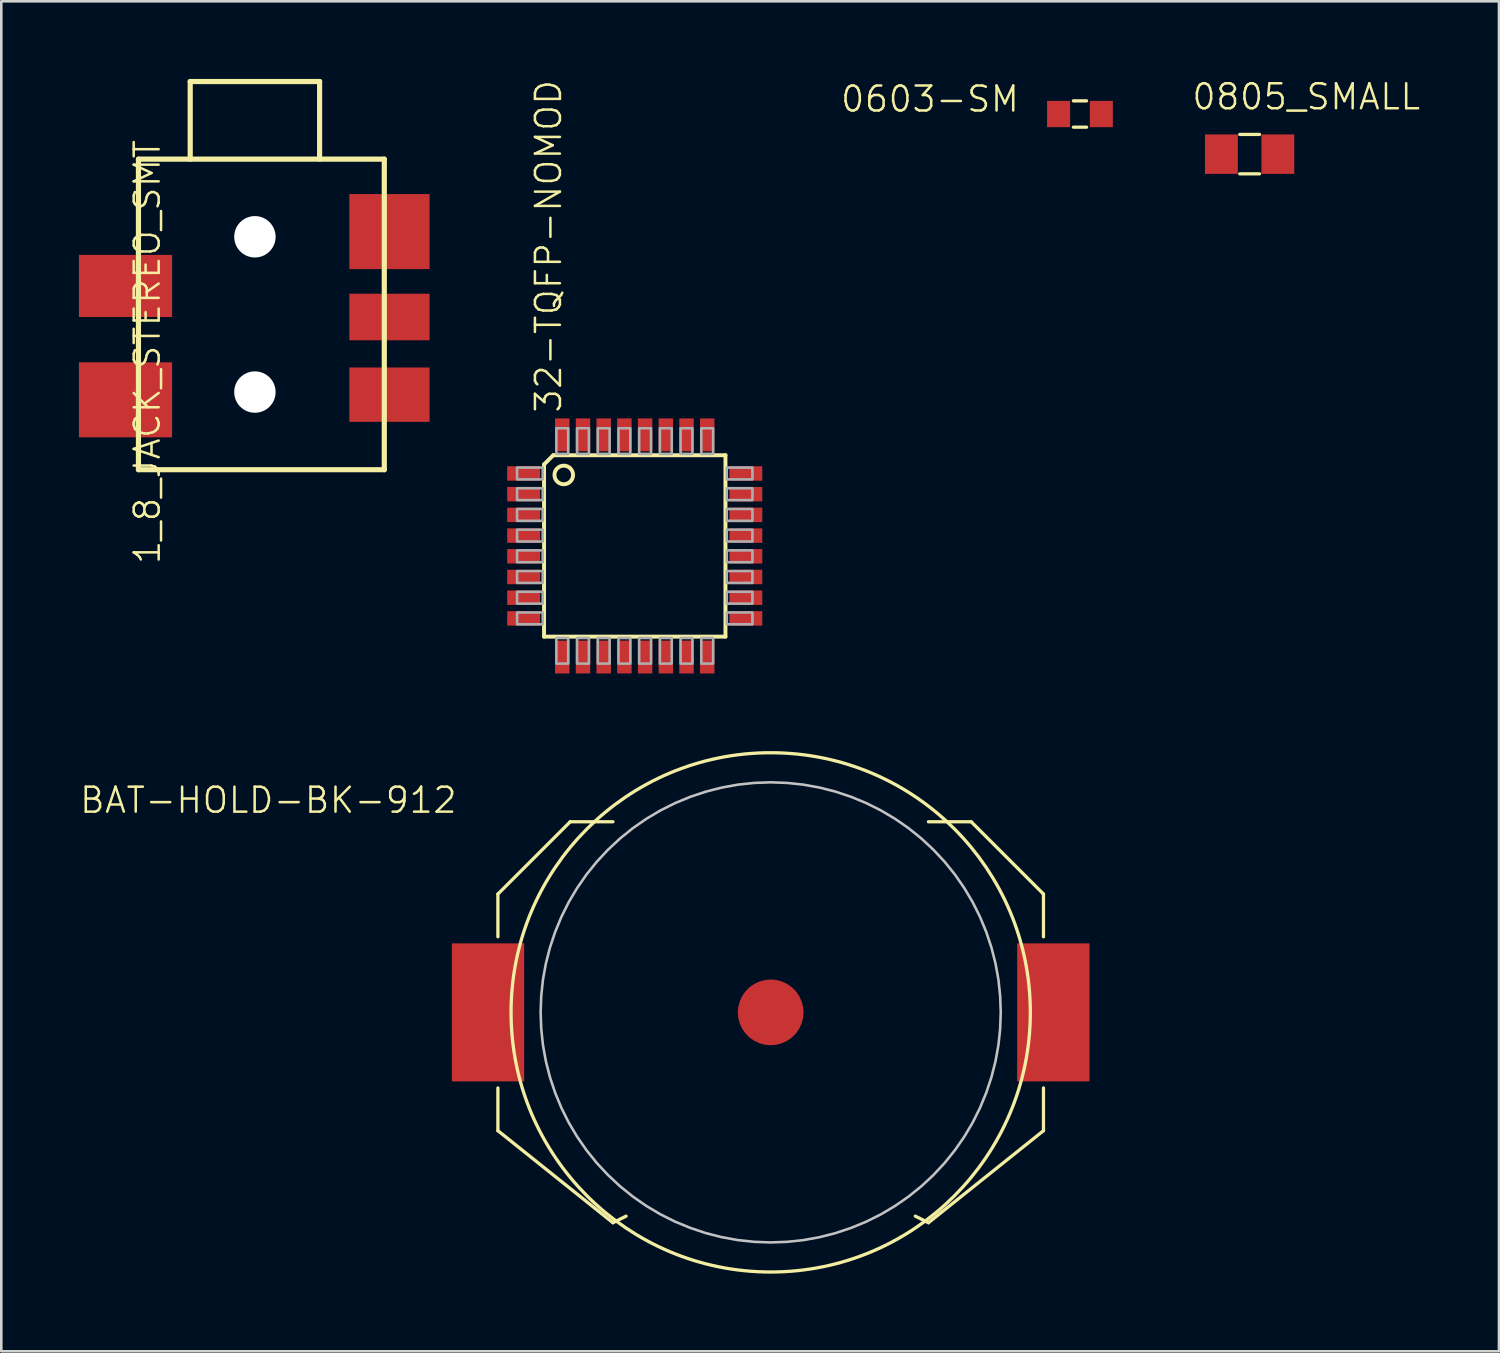
<source format=kicad_pcb>
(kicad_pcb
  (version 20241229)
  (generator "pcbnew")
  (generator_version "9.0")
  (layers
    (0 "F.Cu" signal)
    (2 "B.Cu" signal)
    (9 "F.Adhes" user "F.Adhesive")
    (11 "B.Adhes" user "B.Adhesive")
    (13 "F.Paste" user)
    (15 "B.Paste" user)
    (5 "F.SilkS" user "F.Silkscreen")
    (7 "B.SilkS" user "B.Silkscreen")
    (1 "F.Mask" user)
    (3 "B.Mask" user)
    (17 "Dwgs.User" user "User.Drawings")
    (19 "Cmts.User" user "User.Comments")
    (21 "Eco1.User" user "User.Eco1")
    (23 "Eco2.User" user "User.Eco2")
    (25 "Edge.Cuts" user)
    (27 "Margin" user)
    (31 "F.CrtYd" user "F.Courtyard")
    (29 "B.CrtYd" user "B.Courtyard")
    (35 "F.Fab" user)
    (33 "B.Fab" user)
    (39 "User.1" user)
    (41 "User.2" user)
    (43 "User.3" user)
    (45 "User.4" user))
  (footprint "32-TQFP-NOMOD"
    (layer "F.Cu")
    (at 21.478 18.046)
    (property "Reference" "32-TQFP-NOMOD" (at -2.769 -5.08 90) (layer "F.SilkS") (effects (font (size 0.965 0.965) (thickness 0.097)) (justify left bottom)))
    (attr through_hole)
    (fp_line (start -3.505 3.505) (end -3.505 -3.15) (stroke (width 0.152) (type solid)) (layer "F.SilkS"))
    (fp_line (start -3.15 -3.505) (end -3.505 -3.15) (stroke (width 0.152) (type solid)) (layer "F.SilkS"))
    (fp_line (start -3.15 -3.505) (end 3.505 -3.505) (stroke (width 0.152) (type solid)) (layer "F.SilkS"))
    (fp_line (start 3.505 -3.505) (end 3.505 3.505) (stroke (width 0.152) (type solid)) (layer "F.SilkS"))
    (fp_line (start 3.505 3.505) (end -3.505 3.505) (stroke (width 0.152) (type solid)) (layer "F.SilkS"))
    (fp_circle (center -2.743 -2.743) (end -2.384 -2.743) (stroke (width 0.152) (type solid)) (fill no) (layer "F.SilkS"))
    (fp_poly (pts (xy -4.547 -2.571) (xy -3.556 -2.571) (xy -3.556 -3.029) (xy -4.547 -3.029)) (stroke (width 0.1) (type solid)) (fill no) (layer "F.Fab"))
    (fp_poly (pts (xy -4.547 -1.771) (xy -3.556 -1.771) (xy -3.556 -2.229) (xy -4.547 -2.229)) (stroke (width 0.1) (type solid)) (fill no) (layer "F.Fab"))
    (fp_poly (pts (xy -4.547 -0.971) (xy -3.556 -0.971) (xy -3.556 -1.429) (xy -4.547 -1.429)) (stroke (width 0.1) (type solid)) (fill no) (layer "F.Fab"))
    (fp_poly (pts (xy -4.547 -0.171) (xy -3.556 -0.171) (xy -3.556 -0.629) (xy -4.547 -0.629)) (stroke (width 0.1) (type solid)) (fill no) (layer "F.Fab"))
    (fp_poly (pts (xy -4.547 0.629) (xy -3.556 0.629) (xy -3.556 0.171) (xy -4.547 0.171)) (stroke (width 0.1) (type solid)) (fill no) (layer "F.Fab"))
    (fp_poly (pts (xy -4.547 1.429) (xy -3.556 1.429) (xy -3.556 0.971) (xy -4.547 0.971)) (stroke (width 0.1) (type solid)) (fill no) (layer "F.Fab"))
    (fp_poly (pts (xy -4.547 2.229) (xy -3.556 2.229) (xy -3.556 1.771) (xy -4.547 1.771)) (stroke (width 0.1) (type solid)) (fill no) (layer "F.Fab"))
    (fp_poly (pts (xy -4.547 3.029) (xy -3.556 3.029) (xy -3.556 2.571) (xy -4.547 2.571)) (stroke (width 0.1) (type solid)) (fill no) (layer "F.Fab"))
    (fp_poly (pts (xy -3.029 -3.556) (xy -2.571 -3.556) (xy -2.571 -4.547) (xy -3.029 -4.547)) (stroke (width 0.1) (type solid)) (fill no) (layer "F.Fab"))
    (fp_poly (pts (xy -3.029 4.547) (xy -2.571 4.547) (xy -2.571 3.556) (xy -3.029 3.556)) (stroke (width 0.1) (type solid)) (fill no) (layer "F.Fab"))
    (fp_poly (pts (xy -2.229 -3.556) (xy -1.771 -3.556) (xy -1.771 -4.547) (xy -2.229 -4.547)) (stroke (width 0.1) (type solid)) (fill no) (layer "F.Fab"))
    (fp_poly (pts (xy -2.229 4.547) (xy -1.771 4.547) (xy -1.771 3.556) (xy -2.229 3.556)) (stroke (width 0.1) (type solid)) (fill no) (layer "F.Fab"))
    (fp_poly (pts (xy -1.429 -3.556) (xy -0.971 -3.556) (xy -0.971 -4.547) (xy -1.429 -4.547)) (stroke (width 0.1) (type solid)) (fill no) (layer "F.Fab"))
    (fp_poly (pts (xy -1.429 4.547) (xy -0.971 4.547) (xy -0.971 3.556) (xy -1.429 3.556)) (stroke (width 0.1) (type solid)) (fill no) (layer "F.Fab"))
    (fp_poly (pts (xy -0.629 -3.556) (xy -0.171 -3.556) (xy -0.171 -4.547) (xy -0.629 -4.547)) (stroke (width 0.1) (type solid)) (fill no) (layer "F.Fab"))
    (fp_poly (pts (xy -0.629 4.547) (xy -0.171 4.547) (xy -0.171 3.556) (xy -0.629 3.556)) (stroke (width 0.1) (type solid)) (fill no) (layer "F.Fab"))
    (fp_poly (pts (xy 0.171 -3.556) (xy 0.629 -3.556) (xy 0.629 -4.547) (xy 0.171 -4.547)) (stroke (width 0.1) (type solid)) (fill no) (layer "F.Fab"))
    (fp_poly (pts (xy 0.171 4.547) (xy 0.629 4.547) (xy 0.629 3.556) (xy 0.171 3.556)) (stroke (width 0.1) (type solid)) (fill no) (layer "F.Fab"))
    (fp_poly (pts (xy 0.971 -3.556) (xy 1.429 -3.556) (xy 1.429 -4.547) (xy 0.971 -4.547)) (stroke (width 0.1) (type solid)) (fill no) (layer "F.Fab"))
    (fp_poly (pts (xy 0.971 4.547) (xy 1.429 4.547) (xy 1.429 3.556) (xy 0.971 3.556)) (stroke (width 0.1) (type solid)) (fill no) (layer "F.Fab"))
    (fp_poly (pts (xy 1.771 -3.556) (xy 2.229 -3.556) (xy 2.229 -4.547) (xy 1.771 -4.547)) (stroke (width 0.1) (type solid)) (fill no) (layer "F.Fab"))
    (fp_poly (pts (xy 1.771 4.547) (xy 2.229 4.547) (xy 2.229 3.556) (xy 1.771 3.556)) (stroke (width 0.1) (type solid)) (fill no) (layer "F.Fab"))
    (fp_poly (pts (xy 2.571 -3.556) (xy 3.029 -3.556) (xy 3.029 -4.547) (xy 2.571 -4.547)) (stroke (width 0.1) (type solid)) (fill no) (layer "F.Fab"))
    (fp_poly (pts (xy 2.571 4.547) (xy 3.029 4.547) (xy 3.029 3.556) (xy 2.571 3.556)) (stroke (width 0.1) (type solid)) (fill no) (layer "F.Fab"))
    (fp_poly (pts (xy 3.556 -2.571) (xy 4.547 -2.571) (xy 4.547 -3.029) (xy 3.556 -3.029)) (stroke (width 0.1) (type solid)) (fill no) (layer "F.Fab"))
    (fp_poly (pts (xy 3.556 -1.771) (xy 4.547 -1.771) (xy 4.547 -2.229) (xy 3.556 -2.229)) (stroke (width 0.1) (type solid)) (fill no) (layer "F.Fab"))
    (fp_poly (pts (xy 3.556 -0.971) (xy 4.547 -0.971) (xy 4.547 -1.429) (xy 3.556 -1.429)) (stroke (width 0.1) (type solid)) (fill no) (layer "F.Fab"))
    (fp_poly (pts (xy 3.556 -0.171) (xy 4.547 -0.171) (xy 4.547 -0.629) (xy 3.556 -0.629)) (stroke (width 0.1) (type solid)) (fill no) (layer "F.Fab"))
    (fp_poly (pts (xy 3.556 0.629) (xy 4.547 0.629) (xy 4.547 0.171) (xy 3.556 0.171)) (stroke (width 0.1) (type solid)) (fill no) (layer "F.Fab"))
    (fp_poly (pts (xy 3.556 1.429) (xy 4.547 1.429) (xy 4.547 0.971) (xy 3.556 0.971)) (stroke (width 0.1) (type solid)) (fill no) (layer "F.Fab"))
    (fp_poly (pts (xy 3.556 2.229) (xy 4.547 2.229) (xy 4.547 1.771) (xy 3.556 1.771)) (stroke (width 0.1) (type solid)) (fill no) (layer "F.Fab"))
    (fp_poly (pts (xy 3.556 3.029) (xy 4.547 3.029) (xy 4.547 2.571) (xy 3.556 2.571)) (stroke (width 0.1) (type solid)) (fill no) (layer "F.Fab"))
    (pad "1" smd rect (at -4.293 -2.8) (size 1.27 0.559) (layers "F.Cu" "F.Mask" "F.Paste"))
    (pad "2" smd rect (at -4.293 -2) (size 1.27 0.559) (layers "F.Cu" "F.Mask" "F.Paste"))
    (pad "3" smd rect (at -4.293 -1.2) (size 1.27 0.559) (layers "F.Cu" "F.Mask" "F.Paste"))
    (pad "4" smd rect (at -4.293 -0.4) (size 1.27 0.559) (layers "F.Cu" "F.Mask" "F.Paste"))
    (pad "5" smd rect (at -4.293 0.4) (size 1.27 0.559) (layers "F.Cu" "F.Mask" "F.Paste"))
    (pad "6" smd rect (at -4.293 1.2) (size 1.27 0.559) (layers "F.Cu" "F.Mask" "F.Paste"))
    (pad "7" smd rect (at -4.293 2) (size 1.27 0.559) (layers "F.Cu" "F.Mask" "F.Paste"))
    (pad "8" smd rect (at -4.293 2.8) (size 1.27 0.559) (layers "F.Cu" "F.Mask" "F.Paste"))
    (pad "9" smd rect (at -2.8 4.293) (size 0.559 1.27) (layers "F.Cu" "F.Mask" "F.Paste"))
    (pad "10" smd rect (at -2 4.293) (size 0.559 1.27) (layers "F.Cu" "F.Mask" "F.Paste"))
    (pad "11" smd rect (at -1.2 4.293) (size 0.559 1.27) (layers "F.Cu" "F.Mask" "F.Paste"))
    (pad "12" smd rect (at -0.4 4.293) (size 0.559 1.27) (layers "F.Cu" "F.Mask" "F.Paste"))
    (pad "13" smd rect (at 0.4 4.293) (size 0.559 1.27) (layers "F.Cu" "F.Mask" "F.Paste"))
    (pad "14" smd rect (at 1.2 4.293) (size 0.559 1.27) (layers "F.Cu" "F.Mask" "F.Paste"))
    (pad "15" smd rect (at 2 4.293) (size 0.559 1.27) (layers "F.Cu" "F.Mask" "F.Paste"))
    (pad "16" smd rect (at 2.8 4.293) (size 0.559 1.27) (layers "F.Cu" "F.Mask" "F.Paste"))
    (pad "17" smd rect (at 4.293 2.8) (size 1.27 0.559) (layers "F.Cu" "F.Mask" "F.Paste"))
    (pad "18" smd rect (at 4.293 2) (size 1.27 0.559) (layers "F.Cu" "F.Mask" "F.Paste"))
    (pad "19" smd rect (at 4.293 1.2) (size 1.27 0.559) (layers "F.Cu" "F.Mask" "F.Paste"))
    (pad "20" smd rect (at 4.293 0.4) (size 1.27 0.559) (layers "F.Cu" "F.Mask" "F.Paste"))
    (pad "21" smd rect (at 4.293 -0.4) (size 1.27 0.559) (layers "F.Cu" "F.Mask" "F.Paste"))
    (pad "22" smd rect (at 4.293 -1.2) (size 1.27 0.559) (layers "F.Cu" "F.Mask" "F.Paste"))
    (pad "23" smd rect (at 4.293 -2) (size 1.27 0.559) (layers "F.Cu" "F.Mask" "F.Paste"))
    (pad "24" smd rect (at 4.293 -2.8) (size 1.27 0.559) (layers "F.Cu" "F.Mask" "F.Paste"))
    (pad "25" smd rect (at 2.8 -4.293) (size 0.559 1.27) (layers "F.Cu" "F.Mask" "F.Paste"))
    (pad "26" smd rect (at 2 -4.293) (size 0.559 1.27) (layers "F.Cu" "F.Mask" "F.Paste"))
    (pad "27" smd rect (at 1.2 -4.293) (size 0.559 1.27) (layers "F.Cu" "F.Mask" "F.Paste"))
    (pad "28" smd rect (at 0.4 -4.293) (size 0.559 1.27) (layers "F.Cu" "F.Mask" "F.Paste"))
    (pad "29" smd rect (at -0.4 -4.293) (size 0.559 1.27) (layers "F.Cu" "F.Mask" "F.Paste"))
    (pad "30" smd rect (at -1.2 -4.293) (size 0.559 1.27) (layers "F.Cu" "F.Mask" "F.Paste"))
    (pad "31" smd rect (at -2 -4.293) (size 0.559 1.27) (layers "F.Cu" "F.Mask" "F.Paste"))
    (pad "32" smd rect (at -2.8 -4.293) (size 0.559 1.27) (layers "F.Cu" "F.Mask" "F.Paste")))
  (footprint "0805_SMALL"
    (layer "F.Cu")
    (at 45.238 2.906)
    (property "Reference" "0805_SMALL" (at -2.286 -1.651 180) (layer "F.SilkS") (effects (font (size 0.965 0.965) (thickness 0.097)) (justify left bottom)))
    (attr through_hole)
    (fp_line (start -0.381 -0.762) (end 0.381 -0.762) (stroke (width 0.127) (type solid)) (layer "F.SilkS"))
    (fp_line (start -0.381 0.762) (end 0.381 0.762) (stroke (width 0.127) (type solid)) (layer "F.SilkS"))
    (pad "1" smd rect (at -1.091 0) (size 1.27 1.524) (layers "F.Cu" "F.Mask" "F.Paste"))
    (pad "2" smd rect (at 1.091 0) (size 1.27 1.524) (layers "F.Cu" "F.Mask" "F.Paste")))
  (footprint "0603-SM"
    (layer "F.Cu")
    (at 38.682 1.356)
    (property "Reference" "0603-SM" (at -2.286 -1.143 180) (layer "F.SilkS") (effects (font (size 0.965 0.965) (thickness 0.097)) (justify right top)))
    (attr through_hole)
    (fp_line (start -0.254 -0.508) (end 0.254 -0.508) (stroke (width 0.127) (type solid)) (layer "F.SilkS"))
    (fp_line (start -0.254 0.508) (end 0.254 0.508) (stroke (width 0.127) (type solid)) (layer "F.SilkS"))
    (pad "P$1" smd rect (at -0.826 0) (size 0.889 1.016) (layers "F.Cu" "F.Mask" "F.Paste"))
    (pad "P$2" smd rect (at 0.826 0) (size 0.889 1.016) (layers "F.Cu" "F.Mask" "F.Paste")))
  (footprint "1_8_JACK_STEREO_SMT"
    (layer "F.Cu")
    (at 6.8 3.1)
    (property "Reference" "1_8_JACK_STEREO_SMT" (at -3.596 15.717 90) (layer "F.SilkS") (effects (font (size 0.965 0.965) (thickness 0.097)) (justify left bottom)))
    (attr through_hole)
    (fp_line (start -4.5 0) (end 5 0) (stroke (width 0.2) (type solid)) (layer "F.SilkS"))
    (fp_line (start -4.5 12) (end -4.5 0) (stroke (width 0.2) (type solid)) (layer "F.SilkS"))
    (fp_line (start -2.5 -3) (end 2.5 -3) (stroke (width 0.2) (type solid)) (layer "F.SilkS"))
    (fp_line (start -2.5 0) (end -2.5 -3) (stroke (width 0.2) (type solid)) (layer "F.SilkS"))
    (fp_line (start 2.5 -3) (end 2.5 0) (stroke (width 0.2) (type solid)) (layer "F.SilkS"))
    (fp_line (start 5 0) (end 5 12) (stroke (width 0.2) (type solid)) (layer "F.SilkS"))
    (fp_line (start 5 12) (end -4.5 12) (stroke (width 0.2) (type solid)) (layer "F.SilkS"))
    (pad "" np_thru_hole circle (at 0 3) (size 1.6 1.6) (drill 1.6) (layers "*.Cu"))
    (pad "" np_thru_hole circle (at 0 9) (size 1.6 1.6) (drill 1.6) (layers "*.Cu"))
    (pad "P$1" smd rect (at 5.2 2.8 90) (size 2.9 3.1) (layers "F.Cu" "F.Mask" "F.Paste"))
    (pad "P$2" smd rect (at 5.2 6.1 90) (size 1.8 3.1) (layers "F.Cu" "F.Mask" "F.Paste"))
    (pad "P$3" smd rect (at 5.2 9.1 90) (size 2.1 3.1) (layers "F.Cu" "F.Mask" "F.Paste"))
    (pad "P$4" smd rect (at -5 4.9 90) (size 2.4 3.6) (layers "F.Cu" "F.Mask" "F.Paste"))
    (pad "P$5" smd rect (at -5 9.3 90) (size 2.9 3.6) (layers "F.Cu" "F.Mask" "F.Paste")))
  (footprint "BAT-HOLD-BK-912"
    (layer "F.Cu")
    (at 26.731 36.07)
    (property "Reference" "BAT-HOLD-BK-912" (at -12.065 -8.763 180) (layer "F.SilkS") (effects (font (size 0.965 0.965) (thickness 0.097)) (justify right top)))
    (attr through_hole)
    (fp_poly (pts (xy -9.017 0) (xy -8.996 0.615) (xy -8.933 1.228) (xy -8.828 1.835) (xy -8.683 2.433) (xy -8.496 3.02) (xy -8.271 3.592) (xy -8.006 4.148) (xy -7.704 4.685) (xy -7.367 5.2) (xy -6.995 5.691) (xy -6.59 6.155) (xy -6.155 6.59) (xy -5.691 6.995) (xy -5.2 7.367) (xy -4.685 7.704) (xy -4.148 8.006) (xy -3.592 8.271) (xy -3.02 8.496) (xy -2.433 8.683) (xy -1.835 8.828) (xy -1.228 8.933) (xy -0.615 8.996) (xy 0 9.017) (xy 0.615 8.996) (xy 1.228 8.933) (xy 1.835 8.828) (xy 2.433 8.683) (xy 3.02 8.496) (xy 3.592 8.271) (xy 4.148 8.006) (xy 4.685 7.704) (xy 5.2 7.367) (xy 5.691 6.995) (xy 6.155 6.59) (xy 6.59 6.155) (xy 6.995 5.691) (xy 7.367 5.2) (xy 7.704 4.685) (xy 8.006 4.148) (xy 8.271 3.592) (xy 8.496 3.02) (xy 8.683 2.433) (xy 8.828 1.835) (xy 8.933 1.228) (xy 8.996 0.615) (xy 9.017 0) (xy 8.996 -0.615) (xy 8.933 -1.228) (xy 8.828 -1.835) (xy 8.683 -2.433) (xy 8.496 -3.02) (xy 8.271 -3.592) (xy 8.006 -4.148) (xy 7.704 -4.685) (xy 7.367 -5.2) (xy 6.995 -5.691) (xy 6.59 -6.155) (xy 6.155 -6.59) (xy 5.691 -6.995) (xy 5.2 -7.367) (xy 4.685 -7.704) (xy 4.148 -8.006) (xy 3.592 -8.271) (xy 3.02 -8.496) (xy 2.433 -8.683) (xy 1.835 -8.828) (xy 1.228 -8.933) (xy 0 -9.017) (xy -0.615 -8.996) (xy -1.228 -8.933) (xy -1.835 -8.828) (xy -2.433 -8.683) (xy -3.02 -8.496) (xy -3.592 -8.271) (xy -4.148 -8.006) (xy -4.685 -7.704) (xy -5.2 -7.367) (xy -5.691 -6.995) (xy -6.155 -6.59) (xy -6.59 -6.155) (xy -6.995 -5.691) (xy -7.367 -5.2) (xy -7.704 -4.685) (xy -8.006 -4.148) (xy -8.271 -3.592) (xy -8.496 -3.02) (xy -8.683 -2.433) (xy -8.828 -1.835) (xy -8.933 -1.228) (xy -8.996 -0.615)) (stroke (width 0) (type solid)) (fill yes) (layer "F.Mask"))
    (fp_line (start -10.541 -4.572) (end -10.541 -2.921) (stroke (width 0.127) (type solid)) (layer "F.SilkS"))
    (fp_line (start -10.541 -4.572) (end -7.747 -7.366) (stroke (width 0.127) (type solid)) (layer "F.SilkS"))
    (fp_line (start -10.541 4.572) (end -10.541 2.921) (stroke (width 0.127) (type solid)) (layer "F.SilkS"))
    (fp_line (start -10.541 4.572) (end -6.096 8.128) (stroke (width 0.127) (type solid)) (layer "F.SilkS"))
    (fp_line (start -7.747 -7.366) (end -6.096 -7.366) (stroke (width 0.127) (type solid)) (layer "F.SilkS"))
    (fp_line (start -6.096 8.128) (end -5.588 7.874) (stroke (width 0.127) (type solid)) (layer "F.SilkS"))
    (fp_line (start 6.096 8.128) (end 5.588 7.874) (stroke (width 0.127) (type solid)) (layer "F.SilkS"))
    (fp_line (start 7.747 -7.366) (end 6.096 -7.366) (stroke (width 0.127) (type solid)) (layer "F.SilkS"))
    (fp_line (start 10.541 -4.572) (end 7.747 -7.366) (stroke (width 0.127) (type solid)) (layer "F.SilkS"))
    (fp_line (start 10.541 -4.572) (end 10.541 -2.921) (stroke (width 0.127) (type solid)) (layer "F.SilkS"))
    (fp_line (start 10.541 4.572) (end 6.096 8.128) (stroke (width 0.127) (type solid)) (layer "F.SilkS"))
    (fp_line (start 10.541 4.572) (end 10.541 2.921) (stroke (width 0.127) (type solid)) (layer "F.SilkS"))
    (fp_circle (center 0 0) (end 10.033 0) (stroke (width 0.127) (type solid)) (fill no) (layer "F.SilkS"))
    (fp_poly (pts (xy -8.89 0) (xy -8.867 -0.634) (xy -8.8 -1.265) (xy -8.687 -1.89) (xy -8.53 -2.505) (xy -8.329 -3.107) (xy -8.087 -3.693) (xy -7.803 -4.261) (xy -7.479 -4.806) (xy -7.117 -5.328) (xy -6.719 -5.822) (xy -6.286 -6.286) (xy -5.822 -6.719) (xy -5.328 -7.117) (xy -4.806 -7.479) (xy -4.261 -7.803) (xy -3.693 -8.087) (xy -3.107 -8.329) (xy -2.505 -8.53) (xy -1.89 -8.687) (xy -1.265 -8.8) (xy -0.634 -8.867) (xy 0 -8.89) (xy 0.634 -8.867) (xy 1.265 -8.8) (xy 1.89 -8.687) (xy 2.505 -8.53) (xy 3.107 -8.329) (xy 3.693 -8.087) (xy 4.261 -7.803) (xy 4.806 -7.479) (xy 5.328 -7.117) (xy 5.822 -6.719) (xy 6.286 -6.286) (xy 6.719 -5.822) (xy 7.117 -5.328) (xy 7.479 -4.806) (xy 7.803 -4.261) (xy 8.087 -3.693) (xy 8.329 -3.107) (xy 8.53 -2.505) (xy 8.687 -1.89) (xy 8.8 -1.265) (xy 8.867 -0.634) (xy 8.89 0) (xy 8.867 0.634) (xy 8.8 1.265) (xy 8.687 1.89) (xy 8.53 2.505) (xy 8.329 3.107) (xy 8.087 3.693) (xy 7.803 4.261) (xy 7.479 4.806) (xy 7.117 5.328) (xy 6.719 5.822) (xy 6.286 6.286) (xy 5.822 6.719) (xy 5.328 7.117) (xy 4.806 7.479) (xy 4.261 7.803) (xy 3.693 8.087) (xy 3.107 8.329) (xy 2.505 8.53) (xy 1.89 8.687) (xy 1.265 8.8) (xy 0.634 8.867) (xy 0 8.89) (xy -0.634 8.867) (xy -1.265 8.8) (xy -1.89 8.687) (xy -2.505 8.53) (xy -3.107 8.329) (xy -3.693 8.087) (xy -4.261 7.803) (xy -4.806 7.479) (xy -5.328 7.117) (xy -5.822 6.719) (xy -6.286 6.286) (xy -6.719 5.822) (xy -7.117 5.328) (xy -7.479 4.806) (xy -7.803 4.261) (xy -8.087 3.693) (xy -8.329 3.107) (xy -8.53 2.505) (xy -8.687 1.89) (xy -8.8 1.265) (xy -8.867 0.634)) (stroke (width 0.1) (type solid)) (fill no) (layer "Dwgs.User"))
    (pad "P$1" smd rect (at -10.922 0 90) (size 5.334 2.794) (layers "F.Cu" "F.Mask" "F.Paste"))
    (pad "P$2" smd rect (at 10.922 0 90) (size 5.334 2.794) (layers "F.Cu" "F.Mask" "F.Paste"))
    (pad "P$3" smd roundrect (at 0 0) (size 2.54 2.54) (layers "F.Cu" "F.Mask") (roundrect_rratio 0.5)))
  (gr_rect
    (start -3 -3)
    (end 54.873 49.166)
    (stroke (width 0.1) (type default))
    (fill no)
    (layer "Edge.Cuts")))
</source>
